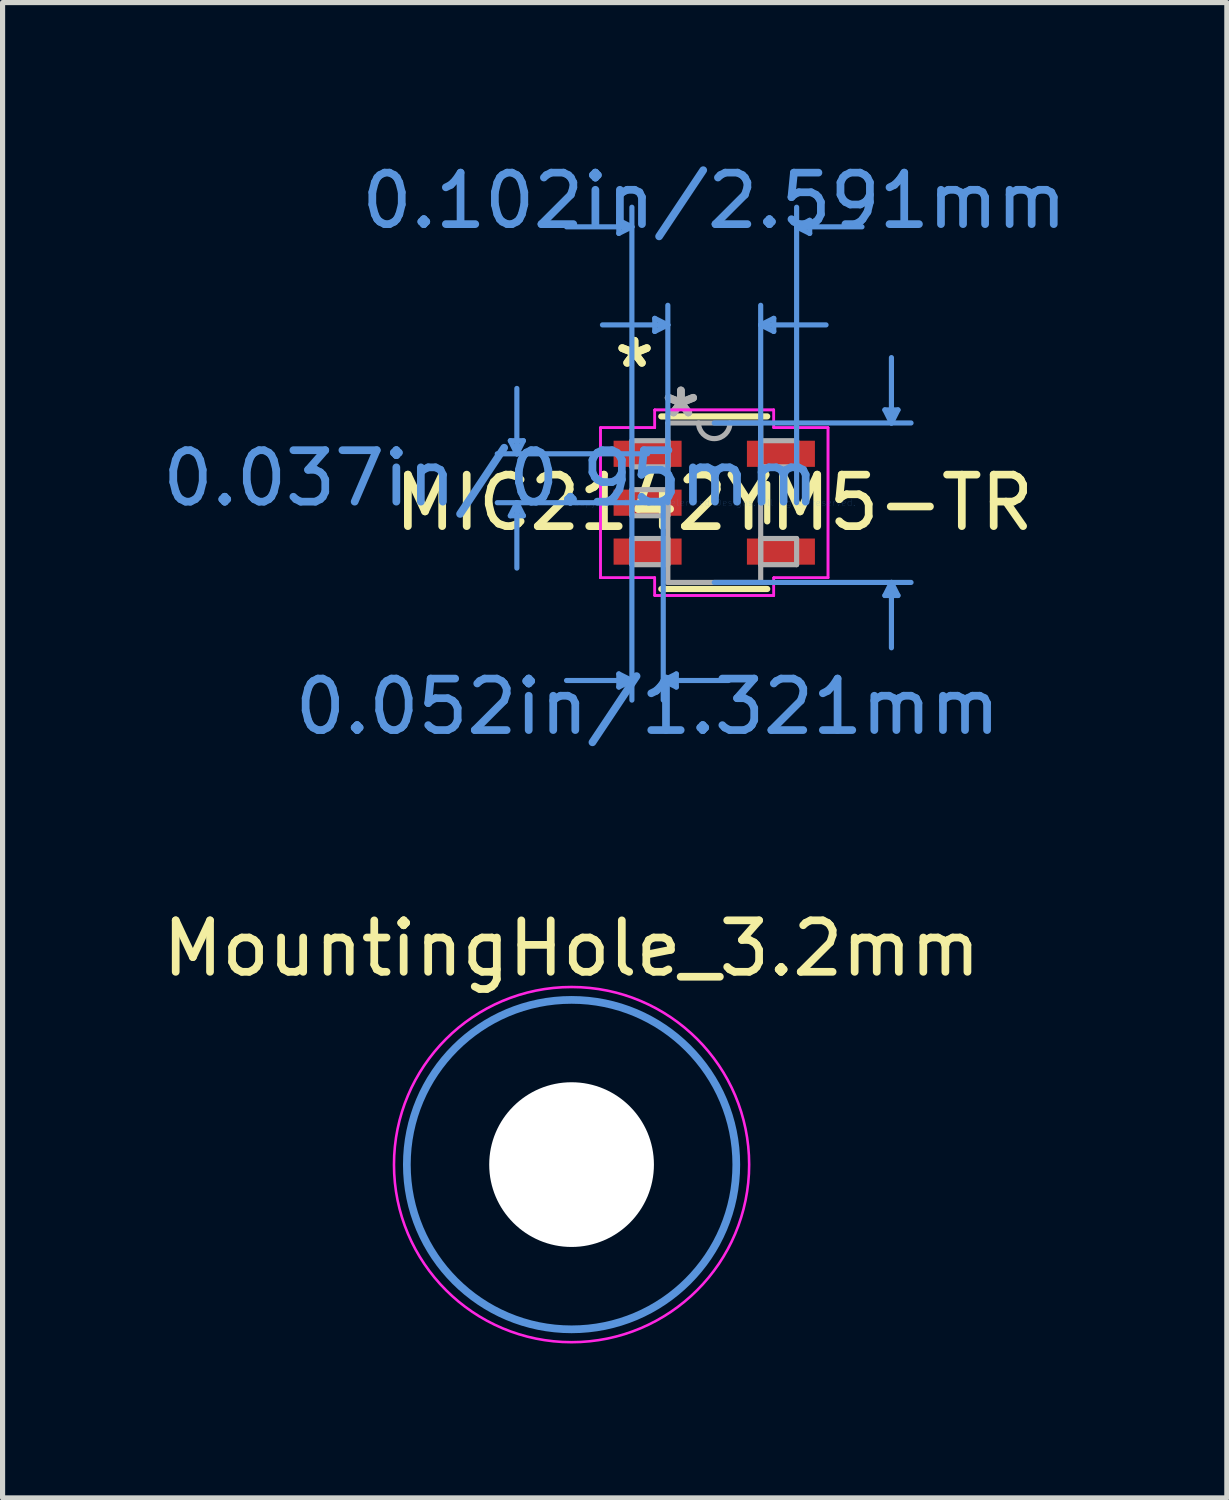
<source format=kicad_pcb>
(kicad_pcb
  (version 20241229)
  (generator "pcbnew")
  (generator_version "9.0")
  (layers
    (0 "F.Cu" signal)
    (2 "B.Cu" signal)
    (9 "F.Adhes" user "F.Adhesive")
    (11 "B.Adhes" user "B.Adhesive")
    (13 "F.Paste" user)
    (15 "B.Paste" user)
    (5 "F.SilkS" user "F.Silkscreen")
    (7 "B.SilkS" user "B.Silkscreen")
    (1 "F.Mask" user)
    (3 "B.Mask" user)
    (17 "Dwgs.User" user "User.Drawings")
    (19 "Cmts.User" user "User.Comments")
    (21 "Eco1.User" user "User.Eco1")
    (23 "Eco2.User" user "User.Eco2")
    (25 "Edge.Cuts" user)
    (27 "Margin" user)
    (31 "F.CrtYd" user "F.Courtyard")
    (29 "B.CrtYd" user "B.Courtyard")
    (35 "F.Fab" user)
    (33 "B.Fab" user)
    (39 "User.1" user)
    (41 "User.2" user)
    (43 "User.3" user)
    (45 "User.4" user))
  (footprint "MIC2142YM5-TR"
    (layer "F.Cu")
    (at 10.826 6.716)
    (property "Reference" "MIC2142YM5-TR" (at 0 0 0) (layer "F.SilkS") (effects (font (size 1 1) (thickness 0.15))))
    (attr through_hole)
    (fp_line (start -1.029 1.676) (end 1.029 1.676) (stroke (width 0.12) (type solid)) (layer "F.SilkS"))
    (fp_line (start 1.029 -1.676) (end -1.029 -1.676) (stroke (width 0.12) (type solid)) (layer "F.SilkS"))
    (fp_line (start 1.029 0.363) (end 1.029 -0.363) (stroke (width 0.12) (type solid)) (layer "F.SilkS"))
    (fp_line (start -3.962 -1.204) (end -3.708 -1.204) (stroke (width 0.1) (type solid)) (layer "Cmts.User"))
    (fp_line (start -3.962 0.254) (end -3.708 0.254) (stroke (width 0.1) (type solid)) (layer "Cmts.User"))
    (fp_line (start -3.835 -0.95) (end -3.962 -1.204) (stroke (width 0.1) (type solid)) (layer "Cmts.User"))
    (fp_line (start -3.835 -0.95) (end -3.835 -2.22) (stroke (width 0.1) (type solid)) (layer "Cmts.User"))
    (fp_line (start -3.835 -0.95) (end -3.708 -1.204) (stroke (width 0.1) (type solid)) (layer "Cmts.User"))
    (fp_line (start -3.835 0) (end -3.962 0.254) (stroke (width 0.1) (type solid)) (layer "Cmts.User"))
    (fp_line (start -3.835 0) (end -3.835 1.27) (stroke (width 0.1) (type solid)) (layer "Cmts.User"))
    (fp_line (start -3.835 0) (end -3.708 0.254) (stroke (width 0.1) (type solid)) (layer "Cmts.User"))
    (fp_line (start -1.854 -5.486) (end -1.854 -5.232) (stroke (width 0.1) (type solid)) (layer "Cmts.User"))
    (fp_line (start -1.854 3.327) (end -1.854 3.581) (stroke (width 0.1) (type solid)) (layer "Cmts.User"))
    (fp_line (start -1.6 -5.359) (end -2.87 -5.359) (stroke (width 0.1) (type solid)) (layer "Cmts.User"))
    (fp_line (start -1.6 -5.359) (end -1.854 -5.486) (stroke (width 0.1) (type solid)) (layer "Cmts.User"))
    (fp_line (start -1.6 -5.359) (end -1.854 -5.232) (stroke (width 0.1) (type solid)) (layer "Cmts.User"))
    (fp_line (start -1.6 0) (end -1.6 -5.74) (stroke (width 0.1) (type solid)) (layer "Cmts.User"))
    (fp_line (start -1.6 0) (end -1.6 3.835) (stroke (width 0.1) (type solid)) (layer "Cmts.User"))
    (fp_line (start -1.6 3.454) (end -2.87 3.454) (stroke (width 0.1) (type solid)) (layer "Cmts.User"))
    (fp_line (start -1.6 3.454) (end -1.854 3.327) (stroke (width 0.1) (type solid)) (layer "Cmts.User"))
    (fp_line (start -1.6 3.454) (end -1.854 3.581) (stroke (width 0.1) (type solid)) (layer "Cmts.User"))
    (fp_line (start -1.295 -0.95) (end -4.216 -0.95) (stroke (width 0.1) (type solid)) (layer "Cmts.User"))
    (fp_line (start -1.295 0) (end -4.216 0) (stroke (width 0.1) (type solid)) (layer "Cmts.User"))
    (fp_line (start -1.156 -3.581) (end -1.156 -3.327) (stroke (width 0.1) (type solid)) (layer "Cmts.User"))
    (fp_line (start -0.991 0) (end -0.991 3.835) (stroke (width 0.1) (type solid)) (layer "Cmts.User"))
    (fp_line (start -0.991 3.454) (end -0.737 3.327) (stroke (width 0.1) (type solid)) (layer "Cmts.User"))
    (fp_line (start -0.991 3.454) (end -0.737 3.581) (stroke (width 0.1) (type solid)) (layer "Cmts.User"))
    (fp_line (start -0.991 3.454) (end 0.279 3.454) (stroke (width 0.1) (type solid)) (layer "Cmts.User"))
    (fp_line (start -0.902 -3.454) (end -2.172 -3.454) (stroke (width 0.1) (type solid)) (layer "Cmts.User"))
    (fp_line (start -0.902 -3.454) (end -1.156 -3.581) (stroke (width 0.1) (type solid)) (layer "Cmts.User"))
    (fp_line (start -0.902 -3.454) (end -1.156 -3.327) (stroke (width 0.1) (type solid)) (layer "Cmts.User"))
    (fp_line (start -0.902 0) (end -0.902 -3.835) (stroke (width 0.1) (type solid)) (layer "Cmts.User"))
    (fp_line (start -0.737 3.327) (end -0.737 3.581) (stroke (width 0.1) (type solid)) (layer "Cmts.User"))
    (fp_line (start 0 -1.549) (end 3.823 -1.549) (stroke (width 0.1) (type solid)) (layer "Cmts.User"))
    (fp_line (start 0 1.549) (end 3.823 1.549) (stroke (width 0.1) (type solid)) (layer "Cmts.User"))
    (fp_line (start 0.902 -3.454) (end 1.156 -3.581) (stroke (width 0.1) (type solid)) (layer "Cmts.User"))
    (fp_line (start 0.902 -3.454) (end 1.156 -3.327) (stroke (width 0.1) (type solid)) (layer "Cmts.User"))
    (fp_line (start 0.902 -3.454) (end 2.172 -3.454) (stroke (width 0.1) (type solid)) (layer "Cmts.User"))
    (fp_line (start 0.902 0) (end 0.902 -3.835) (stroke (width 0.1) (type solid)) (layer "Cmts.User"))
    (fp_line (start 1.156 -3.581) (end 1.156 -3.327) (stroke (width 0.1) (type solid)) (layer "Cmts.User"))
    (fp_line (start 1.6 -5.359) (end 1.854 -5.486) (stroke (width 0.1) (type solid)) (layer "Cmts.User"))
    (fp_line (start 1.6 -5.359) (end 1.854 -5.232) (stroke (width 0.1) (type solid)) (layer "Cmts.User"))
    (fp_line (start 1.6 -5.359) (end 2.87 -5.359) (stroke (width 0.1) (type solid)) (layer "Cmts.User"))
    (fp_line (start 1.6 0) (end 1.6 -5.74) (stroke (width 0.1) (type solid)) (layer "Cmts.User"))
    (fp_line (start 1.854 -5.486) (end 1.854 -5.232) (stroke (width 0.1) (type solid)) (layer "Cmts.User"))
    (fp_line (start 3.315 -1.803) (end 3.569 -1.803) (stroke (width 0.1) (type solid)) (layer "Cmts.User"))
    (fp_line (start 3.315 1.803) (end 3.569 1.803) (stroke (width 0.1) (type solid)) (layer "Cmts.User"))
    (fp_line (start 3.442 -1.549) (end 3.315 -1.803) (stroke (width 0.1) (type solid)) (layer "Cmts.User"))
    (fp_line (start 3.442 -1.549) (end 3.442 -2.819) (stroke (width 0.1) (type solid)) (layer "Cmts.User"))
    (fp_line (start 3.442 -1.549) (end 3.569 -1.803) (stroke (width 0.1) (type solid)) (layer "Cmts.User"))
    (fp_line (start 3.442 1.549) (end 3.315 1.803) (stroke (width 0.1) (type solid)) (layer "Cmts.User"))
    (fp_line (start 3.442 1.549) (end 3.442 2.819) (stroke (width 0.1) (type solid)) (layer "Cmts.User"))
    (fp_line (start 3.442 1.549) (end 3.569 1.803) (stroke (width 0.1) (type solid)) (layer "Cmts.User"))
    (fp_line (start -2.21 -1.458) (end -1.156 -1.458) (stroke (width 0.05) (type solid)) (layer "F.CrtYd"))
    (fp_line (start -2.21 -1.458) (end -1.156 -1.458) (stroke (width 0.05) (type solid)) (layer "F.CrtYd"))
    (fp_line (start -2.21 1.458) (end -2.21 -1.458) (stroke (width 0.05) (type solid)) (layer "F.CrtYd"))
    (fp_line (start -2.21 1.458) (end -2.21 -1.458) (stroke (width 0.05) (type solid)) (layer "F.CrtYd"))
    (fp_line (start -1.156 -1.803) (end 1.156 -1.803) (stroke (width 0.05) (type solid)) (layer "F.CrtYd"))
    (fp_line (start -1.156 -1.803) (end 1.156 -1.803) (stroke (width 0.05) (type solid)) (layer "F.CrtYd"))
    (fp_line (start -1.156 -1.458) (end -1.156 -1.803) (stroke (width 0.05) (type solid)) (layer "F.CrtYd"))
    (fp_line (start -1.156 -1.458) (end -1.156 -1.803) (stroke (width 0.05) (type solid)) (layer "F.CrtYd"))
    (fp_line (start -1.156 1.458) (end -2.21 1.458) (stroke (width 0.05) (type solid)) (layer "F.CrtYd"))
    (fp_line (start -1.156 1.458) (end -2.21 1.458) (stroke (width 0.05) (type solid)) (layer "F.CrtYd"))
    (fp_line (start -1.156 1.803) (end -1.156 1.458) (stroke (width 0.05) (type solid)) (layer "F.CrtYd"))
    (fp_line (start -1.156 1.803) (end -1.156 1.458) (stroke (width 0.05) (type solid)) (layer "F.CrtYd"))
    (fp_line (start 1.156 -1.803) (end 1.156 -1.458) (stroke (width 0.05) (type solid)) (layer "F.CrtYd"))
    (fp_line (start 1.156 -1.803) (end 1.156 -1.458) (stroke (width 0.05) (type solid)) (layer "F.CrtYd"))
    (fp_line (start 1.156 -1.458) (end 2.21 -1.458) (stroke (width 0.05) (type solid)) (layer "F.CrtYd"))
    (fp_line (start 1.156 -1.458) (end 2.21 -1.458) (stroke (width 0.05) (type solid)) (layer "F.CrtYd"))
    (fp_line (start 1.156 1.458) (end 1.156 1.803) (stroke (width 0.05) (type solid)) (layer "F.CrtYd"))
    (fp_line (start 1.156 1.458) (end 1.156 1.803) (stroke (width 0.05) (type solid)) (layer "F.CrtYd"))
    (fp_line (start 1.156 1.803) (end -1.156 1.803) (stroke (width 0.05) (type solid)) (layer "F.CrtYd"))
    (fp_line (start 1.156 1.803) (end -1.156 1.803) (stroke (width 0.05) (type solid)) (layer "F.CrtYd"))
    (fp_line (start 2.21 -1.458) (end 2.21 1.458) (stroke (width 0.05) (type solid)) (layer "F.CrtYd"))
    (fp_line (start 2.21 -1.458) (end 2.21 1.458) (stroke (width 0.05) (type solid)) (layer "F.CrtYd"))
    (fp_line (start 2.21 1.458) (end 1.156 1.458) (stroke (width 0.05) (type solid)) (layer "F.CrtYd"))
    (fp_line (start 2.21 1.458) (end 1.156 1.458) (stroke (width 0.05) (type solid)) (layer "F.CrtYd"))
    (fp_line (start -1.6 -1.204) (end -1.6 -0.696) (stroke (width 0.1) (type solid)) (layer "F.Fab"))
    (fp_line (start -1.6 -0.696) (end -0.902 -0.696) (stroke (width 0.1) (type solid)) (layer "F.Fab"))
    (fp_line (start -1.6 -0.254) (end -1.6 0.254) (stroke (width 0.1) (type solid)) (layer "F.Fab"))
    (fp_line (start -1.6 0.254) (end -0.902 0.254) (stroke (width 0.1) (type solid)) (layer "F.Fab"))
    (fp_line (start -1.6 0.696) (end -1.6 1.204) (stroke (width 0.1) (type solid)) (layer "F.Fab"))
    (fp_line (start -1.6 1.204) (end -0.902 1.204) (stroke (width 0.1) (type solid)) (layer "F.Fab"))
    (fp_line (start -0.902 -1.549) (end -0.902 1.549) (stroke (width 0.1) (type solid)) (layer "F.Fab"))
    (fp_line (start -0.902 -1.204) (end -1.6 -1.204) (stroke (width 0.1) (type solid)) (layer "F.Fab"))
    (fp_line (start -0.902 -0.696) (end -0.902 -1.204) (stroke (width 0.1) (type solid)) (layer "F.Fab"))
    (fp_line (start -0.902 -0.254) (end -1.6 -0.254) (stroke (width 0.1) (type solid)) (layer "F.Fab"))
    (fp_line (start -0.902 0.254) (end -0.902 -0.254) (stroke (width 0.1) (type solid)) (layer "F.Fab"))
    (fp_line (start -0.902 0.696) (end -1.6 0.696) (stroke (width 0.1) (type solid)) (layer "F.Fab"))
    (fp_line (start -0.902 1.204) (end -0.902 0.696) (stroke (width 0.1) (type solid)) (layer "F.Fab"))
    (fp_line (start -0.902 1.549) (end 0.902 1.549) (stroke (width 0.1) (type solid)) (layer "F.Fab"))
    (fp_line (start 0.902 -1.549) (end -0.902 -1.549) (stroke (width 0.1) (type solid)) (layer "F.Fab"))
    (fp_line (start 0.902 -1.204) (end 0.902 -0.696) (stroke (width 0.1) (type solid)) (layer "F.Fab"))
    (fp_line (start 0.902 -0.696) (end 1.6 -0.696) (stroke (width 0.1) (type solid)) (layer "F.Fab"))
    (fp_line (start 0.902 0.696) (end 0.902 1.204) (stroke (width 0.1) (type solid)) (layer "F.Fab"))
    (fp_line (start 0.902 1.204) (end 1.6 1.204) (stroke (width 0.1) (type solid)) (layer "F.Fab"))
    (fp_line (start 0.902 1.549) (end 0.902 -1.549) (stroke (width 0.1) (type solid)) (layer "F.Fab"))
    (fp_line (start 1.6 -1.204) (end 0.902 -1.204) (stroke (width 0.1) (type solid)) (layer "F.Fab"))
    (fp_line (start 1.6 -0.696) (end 1.6 -1.204) (stroke (width 0.1) (type solid)) (layer "F.Fab"))
    (fp_line (start 1.6 0.696) (end 0.902 0.696) (stroke (width 0.1) (type solid)) (layer "F.Fab"))
    (fp_line (start 1.6 1.204) (end 1.6 0.696) (stroke (width 0.1) (type solid)) (layer "F.Fab"))
    (fp_arc (start 0.3048 -1.5494) (mid 0 -1.2446) (end -0.3048 -1.5494) (stroke (width 0.1) (type solid)) (layer "F.Fab"))
    (fp_text user "*" (at -1.549 -2.601 0) (layer "F.SilkS") (effects (font (size 1 1) (thickness 0.15))))
    (fp_text user "*" (at -1.549 -2.601 0) (layer "F.SilkS") (effects (font (size 1 1) (thickness 0.15))))
    (fp_text user "0.052in/1.321mm" (at -1.295 3.962 0) (layer "Cmts.User") (effects (font (size 1 1) (thickness 0.15))))
    (fp_text user "0.037in/0.95mm" (at -4.343 -0.475 0) (layer "Cmts.User") (effects (font (size 1 1) (thickness 0.15))))
    (fp_text user "Copyright 2021 Accelerated Designs. All rights reserved." (at 0 0 0) (layer "Cmts.User") (effects (font (size 0.127 0.127) (thickness 0.002))))
    (fp_text user "0.102in/2.591mm" (at 0 -5.867 0) (layer "Cmts.User") (effects (font (size 1 1) (thickness 0.15))))
    (fp_text user "*" (at -0.648 -1.636 0) (layer "F.Fab") (effects (font (size 1 1) (thickness 0.15))))
    (fp_text user "*" (at -0.648 -1.636 0) (layer "F.Fab") (effects (font (size 1 1) (thickness 0.15))))
    (pad "1" smd rect (at -1.295 -0.95) (size 1.321 0.508) (layers "F.Cu" "F.Mask" "F.Paste"))
    (pad "2" smd rect (at -1.295 0) (size 1.321 0.508) (layers "F.Cu" "F.Mask" "F.Paste"))
    (pad "3" smd rect (at -1.295 0.95) (size 1.321 0.508) (layers "F.Cu" "F.Mask" "F.Paste"))
    (pad "4" smd rect (at 1.295 0.95) (size 1.321 0.508) (layers "F.Cu" "F.Mask" "F.Paste"))
    (pad "5" smd rect (at 1.295 -0.95) (size 1.321 0.508) (layers "F.Cu" "F.Mask" "F.Paste")))
  (footprint "MountingHole_3.2mm"
    (layer "F.Cu")
    (at 8.054 19.575)
    (property "Reference" "MountingHole_3.2mm" (at 0 -4.2 0) (layer "F.SilkS") (effects (font (size 1 1) (thickness 0.15))))
    (attr exclude_from_pos_files exclude_from_bom)
    (fp_circle (center 0 0) (end 3.2 0) (stroke (width 0.15) (type solid)) (fill no) (layer "Cmts.User"))
    (fp_circle (center 0 0) (end 3.45 0) (stroke (width 0.05) (type solid)) (fill no) (layer "F.CrtYd"))
    (pad "" np_thru_hole circle (at 0 0) (size 3.2 3.2) (drill 3.2) (layers "*.Cu" "*.Mask")))
  (gr_rect
    (start -3 -3)
    (end 20.784 26.05)
    (stroke (width 0.1) (type default))
    (fill no)
    (layer "Edge.Cuts")))
</source>
